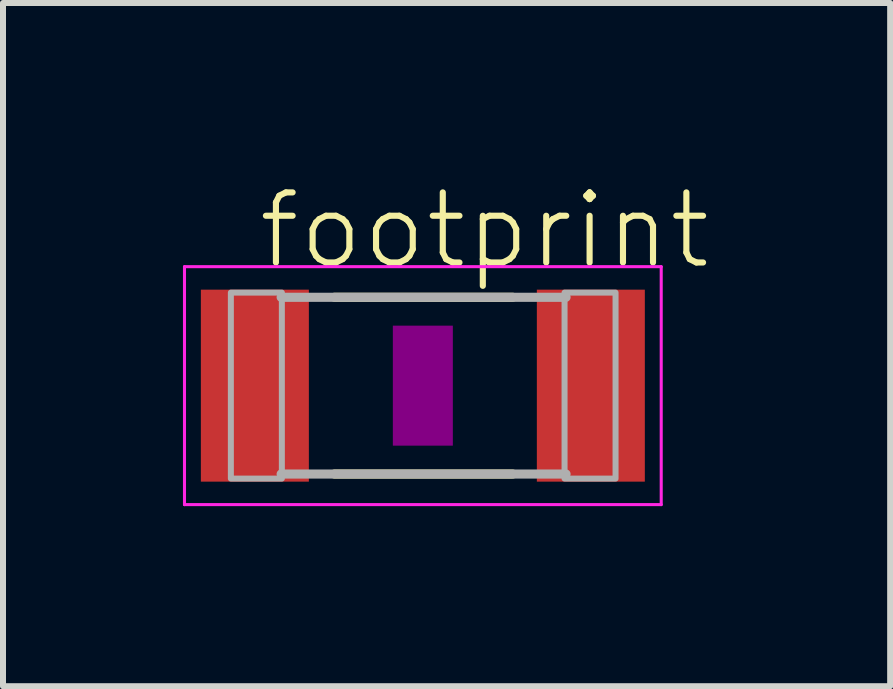
<source format=kicad_pcb>
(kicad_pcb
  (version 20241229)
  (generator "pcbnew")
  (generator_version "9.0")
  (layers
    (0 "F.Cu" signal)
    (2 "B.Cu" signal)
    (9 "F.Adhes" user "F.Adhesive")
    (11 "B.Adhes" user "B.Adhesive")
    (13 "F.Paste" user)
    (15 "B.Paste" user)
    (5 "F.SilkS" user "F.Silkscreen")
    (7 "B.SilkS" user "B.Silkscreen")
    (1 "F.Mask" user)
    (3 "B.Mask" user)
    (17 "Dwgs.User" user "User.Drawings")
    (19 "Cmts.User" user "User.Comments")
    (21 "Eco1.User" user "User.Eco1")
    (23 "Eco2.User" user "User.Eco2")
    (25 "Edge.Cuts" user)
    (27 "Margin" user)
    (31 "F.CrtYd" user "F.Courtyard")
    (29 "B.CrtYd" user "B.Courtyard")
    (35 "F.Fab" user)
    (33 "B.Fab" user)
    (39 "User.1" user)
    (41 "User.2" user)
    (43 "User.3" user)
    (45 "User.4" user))
  (footprint "footprint"
    (layer "F.Cu")
    (at 3.998 3.378)
    (property "Reference" "footprint" (at -2.794 -1.905 0) (layer "F.SilkS") (effects (font (size 1.168 1.168) (thickness 0.102)) (justify left bottom)))
    (fp_line (start -1.473 -1.473) (end 1.498 -1.473) (stroke (width 0.152) (type solid)) (layer "F.SilkS"))
    (fp_line (start -1.473 1.473) (end 1.498 1.473) (stroke (width 0.152) (type solid)) (layer "F.SilkS"))
    (fp_poly (pts (xy -0.5 1) (xy 0.5 1) (xy 0.5 -1) (xy -0.5 -1)) (stroke (width 0) (type solid)) (fill yes) (layer "F.Adhes"))
    (fp_line (start -3.973 -1.983) (end 3.973 -1.983) (stroke (width 0.051) (type solid)) (layer "F.CrtYd"))
    (fp_line (start -3.973 1.983) (end -3.973 -1.983) (stroke (width 0.051) (type solid)) (layer "F.CrtYd"))
    (fp_line (start 3.973 -1.983) (end 3.973 1.983) (stroke (width 0.051) (type solid)) (layer "F.CrtYd"))
    (fp_line (start 3.973 1.983) (end -3.973 1.983) (stroke (width 0.051) (type solid)) (layer "F.CrtYd"))
    (fp_line (start -2.362 -1.473) (end 2.387 -1.473) (stroke (width 0.152) (type solid)) (layer "F.Fab"))
    (fp_line (start -2.362 1.473) (end 2.387 1.473) (stroke (width 0.152) (type solid)) (layer "F.Fab"))
    (fp_poly (pts (xy -3.2 1.549) (xy -2.35 1.549) (xy -2.35 -1.551) (xy -3.2 -1.551)) (stroke (width 0.1) (type solid)) (fill no) (layer "F.Fab"))
    (fp_poly (pts (xy 2.362 1.549) (xy 3.212 1.549) (xy 3.212 -1.551) (xy 2.362 -1.551)) (stroke (width 0.1) (type solid)) (fill no) (layer "F.Fab"))
    (pad "1" smd rect (at -2.8 0) (size 1.8 3.2) (layers "F.Cu" "F.Mask" "F.Paste"))
    (pad "2" smd rect (at 2.8 0) (size 1.8 3.2) (layers "F.Cu" "F.Mask" "F.Paste")))
  (gr_rect
    (start -3 -3)
    (end 11.787 8.387)
    (stroke (width 0.1) (type default))
    (fill no)
    (layer "Edge.Cuts")))
</source>
